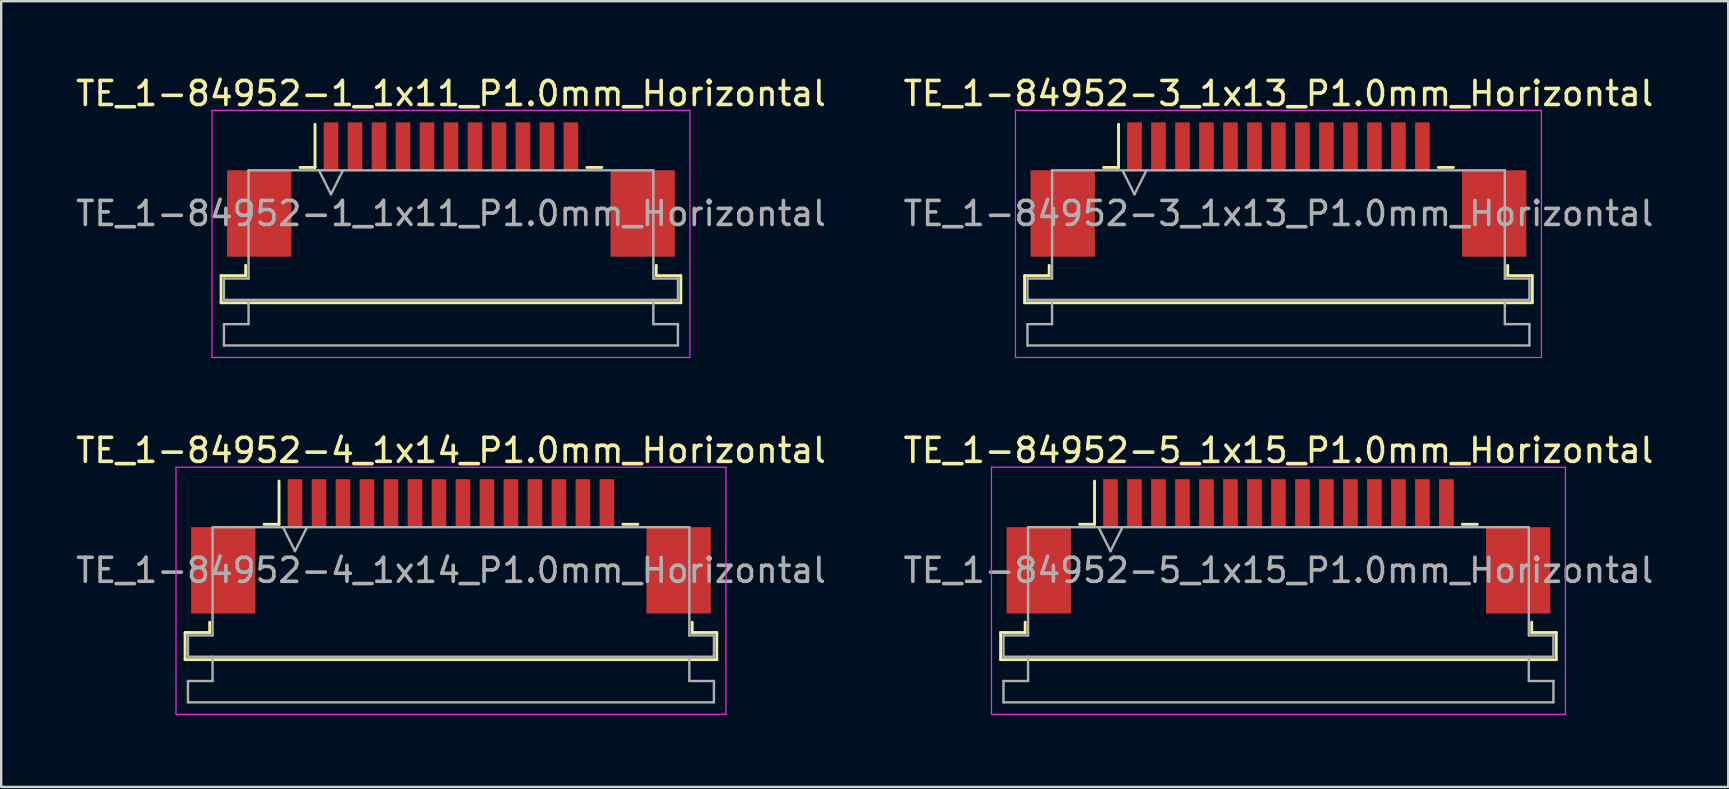
<source format=kicad_pcb>
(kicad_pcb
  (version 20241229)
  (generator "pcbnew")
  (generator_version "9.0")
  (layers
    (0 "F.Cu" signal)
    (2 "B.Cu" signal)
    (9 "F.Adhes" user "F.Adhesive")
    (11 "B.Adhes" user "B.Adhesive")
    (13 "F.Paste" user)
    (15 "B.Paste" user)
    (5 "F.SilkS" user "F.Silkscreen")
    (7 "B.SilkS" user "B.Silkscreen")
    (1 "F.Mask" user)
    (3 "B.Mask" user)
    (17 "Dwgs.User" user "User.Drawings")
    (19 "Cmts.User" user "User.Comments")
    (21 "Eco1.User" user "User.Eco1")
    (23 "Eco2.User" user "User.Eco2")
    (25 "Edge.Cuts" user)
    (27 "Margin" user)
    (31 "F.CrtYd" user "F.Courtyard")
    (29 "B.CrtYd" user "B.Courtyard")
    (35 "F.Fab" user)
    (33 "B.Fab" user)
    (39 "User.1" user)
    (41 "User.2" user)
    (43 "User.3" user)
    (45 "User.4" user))
  (footprint "TE_1-84952-3_1x13_P1.0mm_Horizontal"
    (layer "F.Cu")
    (at 50.232 4.848)
    (property "Reference" "TE_1-84952-3_1x13_P1.0mm_Horizontal" (at 0 -4 0) (layer "F.SilkS") (effects (font (size 1 1) (thickness 0.15))))
    (attr smd)
    (fp_line (start -10.58 3.59) (end -9.555 3.59) (stroke (width 0.12) (type solid)) (layer "F.SilkS"))
    (fp_line (start -10.58 4.72) (end -10.58 3.59) (stroke (width 0.12) (type solid)) (layer "F.SilkS"))
    (fp_line (start -9.555 3.59) (end -9.555 3.16) (stroke (width 0.12) (type solid)) (layer "F.SilkS"))
    (fp_line (start -7.29 -0.92) (end -6.665 -0.92) (stroke (width 0.12) (type solid)) (layer "F.SilkS"))
    (fp_line (start -6.665 -0.92) (end -6.665 -2.72) (stroke (width 0.12) (type solid)) (layer "F.SilkS"))
    (fp_line (start 6.665 -0.92) (end 7.29 -0.92) (stroke (width 0.12) (type solid)) (layer "F.SilkS"))
    (fp_line (start 9.555 3.16) (end 9.555 3.59) (stroke (width 0.12) (type solid)) (layer "F.SilkS"))
    (fp_line (start 9.555 3.59) (end 10.58 3.59) (stroke (width 0.12) (type solid)) (layer "F.SilkS"))
    (fp_line (start 10.58 3.59) (end 10.58 4.72) (stroke (width 0.12) (type solid)) (layer "F.SilkS"))
    (fp_line (start 10.58 4.72) (end -10.58 4.72) (stroke (width 0.12) (type solid)) (layer "F.SilkS"))
    (fp_line (start -10.96 -3.3) (end -10.96 7) (stroke (width 0.05) (type solid)) (layer "F.CrtYd"))
    (fp_line (start -10.96 7) (end 10.96 7) (stroke (width 0.05) (type solid)) (layer "F.CrtYd"))
    (fp_line (start 10.96 -3.3) (end -10.96 -3.3) (stroke (width 0.05) (type solid)) (layer "F.CrtYd"))
    (fp_line (start 10.96 7) (end 10.96 -3.3) (stroke (width 0.05) (type solid)) (layer "F.CrtYd"))
    (fp_line (start -10.46 3.71) (end -9.435 3.71) (stroke (width 0.1) (type solid)) (layer "F.Fab"))
    (fp_line (start -10.46 4.6) (end -10.46 3.71) (stroke (width 0.1) (type solid)) (layer "F.Fab"))
    (fp_line (start -10.46 5.61) (end -9.435 5.61) (stroke (width 0.1) (type solid)) (layer "F.Fab"))
    (fp_line (start -10.46 6.5) (end -10.46 5.61) (stroke (width 0.1) (type solid)) (layer "F.Fab"))
    (fp_line (start -9.435 -0.8) (end 9.435 -0.8) (stroke (width 0.1) (type solid)) (layer "F.Fab"))
    (fp_line (start -9.435 3.71) (end -9.435 -0.8) (stroke (width 0.1) (type solid)) (layer "F.Fab"))
    (fp_line (start -9.435 5.61) (end -9.435 4.6) (stroke (width 0.1) (type solid)) (layer "F.Fab"))
    (fp_line (start -6.5 -0.8) (end -6 0.2) (stroke (width 0.1) (type solid)) (layer "F.Fab"))
    (fp_line (start -6 0.2) (end -5.5 -0.8) (stroke (width 0.1) (type solid)) (layer "F.Fab"))
    (fp_line (start 9.435 -0.8) (end 9.435 3.71) (stroke (width 0.1) (type solid)) (layer "F.Fab"))
    (fp_line (start 9.435 3.71) (end 10.46 3.71) (stroke (width 0.1) (type solid)) (layer "F.Fab"))
    (fp_line (start 9.435 4.6) (end 9.435 5.61) (stroke (width 0.1) (type solid)) (layer "F.Fab"))
    (fp_line (start 9.435 5.61) (end 10.46 5.61) (stroke (width 0.1) (type solid)) (layer "F.Fab"))
    (fp_line (start 10.46 3.71) (end 10.46 4.6) (stroke (width 0.1) (type solid)) (layer "F.Fab"))
    (fp_line (start 10.46 4.6) (end -10.46 4.6) (stroke (width 0.1) (type solid)) (layer "F.Fab"))
    (fp_line (start 10.46 5.61) (end 10.46 6.5) (stroke (width 0.1) (type solid)) (layer "F.Fab"))
    (fp_line (start 10.46 6.5) (end -10.46 6.5) (stroke (width 0.1) (type solid)) (layer "F.Fab"))
    (fp_text user "${REFERENCE}" (at 0 1 0) (layer "F.Fab") (effects (font (size 1 1) (thickness 0.15))))
    (pad "" smd rect (at -8.99 1) (size 2.68 3.6) (layers "F.Cu" "F.Mask" "F.Paste"))
    (pad "" smd rect (at 8.99 1) (size 2.68 3.6) (layers "F.Cu" "F.Mask" "F.Paste"))
    (pad "1" smd rect (at -6 -1.8) (size 0.61 2) (layers "F.Cu" "F.Mask" "F.Paste"))
    (pad "2" smd rect (at -5 -1.8) (size 0.61 2) (layers "F.Cu" "F.Mask" "F.Paste"))
    (pad "3" smd rect (at -4 -1.8) (size 0.61 2) (layers "F.Cu" "F.Mask" "F.Paste"))
    (pad "4" smd rect (at -3 -1.8) (size 0.61 2) (layers "F.Cu" "F.Mask" "F.Paste"))
    (pad "5" smd rect (at -2 -1.8) (size 0.61 2) (layers "F.Cu" "F.Mask" "F.Paste"))
    (pad "6" smd rect (at -1 -1.8) (size 0.61 2) (layers "F.Cu" "F.Mask" "F.Paste"))
    (pad "7" smd rect (at 0 -1.8) (size 0.61 2) (layers "F.Cu" "F.Mask" "F.Paste"))
    (pad "8" smd rect (at 1 -1.8) (size 0.61 2) (layers "F.Cu" "F.Mask" "F.Paste"))
    (pad "9" smd rect (at 2 -1.8) (size 0.61 2) (layers "F.Cu" "F.Mask" "F.Paste"))
    (pad "10" smd rect (at 3 -1.8) (size 0.61 2) (layers "F.Cu" "F.Mask" "F.Paste"))
    (pad "11" smd rect (at 4 -1.8) (size 0.61 2) (layers "F.Cu" "F.Mask" "F.Paste"))
    (pad "12" smd rect (at 5 -1.8) (size 0.61 2) (layers "F.Cu" "F.Mask" "F.Paste"))
    (pad "13" smd rect (at 6 -1.8) (size 0.61 2) (layers "F.Cu" "F.Mask" "F.Paste")))
  (footprint "TE_1-84952-1_1x11_P1.0mm_Horizontal"
    (layer "F.Cu")
    (at 15.744 4.848)
    (property "Reference" "TE_1-84952-1_1x11_P1.0mm_Horizontal" (at 0 -4 0) (layer "F.SilkS") (effects (font (size 1 1) (thickness 0.15))))
    (attr smd)
    (fp_line (start -9.58 3.59) (end -8.555 3.59) (stroke (width 0.12) (type solid)) (layer "F.SilkS"))
    (fp_line (start -9.58 4.72) (end -9.58 3.59) (stroke (width 0.12) (type solid)) (layer "F.SilkS"))
    (fp_line (start -8.555 3.59) (end -8.555 3.16) (stroke (width 0.12) (type solid)) (layer "F.SilkS"))
    (fp_line (start -6.29 -0.92) (end -5.665 -0.92) (stroke (width 0.12) (type solid)) (layer "F.SilkS"))
    (fp_line (start -5.665 -0.92) (end -5.665 -2.72) (stroke (width 0.12) (type solid)) (layer "F.SilkS"))
    (fp_line (start 5.665 -0.92) (end 6.29 -0.92) (stroke (width 0.12) (type solid)) (layer "F.SilkS"))
    (fp_line (start 8.555 3.16) (end 8.555 3.59) (stroke (width 0.12) (type solid)) (layer "F.SilkS"))
    (fp_line (start 8.555 3.59) (end 9.58 3.59) (stroke (width 0.12) (type solid)) (layer "F.SilkS"))
    (fp_line (start 9.58 3.59) (end 9.58 4.72) (stroke (width 0.12) (type solid)) (layer "F.SilkS"))
    (fp_line (start 9.58 4.72) (end -9.58 4.72) (stroke (width 0.12) (type solid)) (layer "F.SilkS"))
    (fp_line (start -9.96 -3.3) (end -9.96 7) (stroke (width 0.05) (type solid)) (layer "F.CrtYd"))
    (fp_line (start -9.96 7) (end 9.96 7) (stroke (width 0.05) (type solid)) (layer "F.CrtYd"))
    (fp_line (start 9.96 -3.3) (end -9.96 -3.3) (stroke (width 0.05) (type solid)) (layer "F.CrtYd"))
    (fp_line (start 9.96 7) (end 9.96 -3.3) (stroke (width 0.05) (type solid)) (layer "F.CrtYd"))
    (fp_line (start -9.46 3.71) (end -8.435 3.71) (stroke (width 0.1) (type solid)) (layer "F.Fab"))
    (fp_line (start -9.46 4.6) (end -9.46 3.71) (stroke (width 0.1) (type solid)) (layer "F.Fab"))
    (fp_line (start -9.46 5.61) (end -8.435 5.61) (stroke (width 0.1) (type solid)) (layer "F.Fab"))
    (fp_line (start -9.46 6.5) (end -9.46 5.61) (stroke (width 0.1) (type solid)) (layer "F.Fab"))
    (fp_line (start -8.435 -0.8) (end 8.435 -0.8) (stroke (width 0.1) (type solid)) (layer "F.Fab"))
    (fp_line (start -8.435 3.71) (end -8.435 -0.8) (stroke (width 0.1) (type solid)) (layer "F.Fab"))
    (fp_line (start -8.435 5.61) (end -8.435 4.6) (stroke (width 0.1) (type solid)) (layer "F.Fab"))
    (fp_line (start -5.5 -0.8) (end -5 0.2) (stroke (width 0.1) (type solid)) (layer "F.Fab"))
    (fp_line (start -5 0.2) (end -4.5 -0.8) (stroke (width 0.1) (type solid)) (layer "F.Fab"))
    (fp_line (start 8.435 -0.8) (end 8.435 3.71) (stroke (width 0.1) (type solid)) (layer "F.Fab"))
    (fp_line (start 8.435 3.71) (end 9.46 3.71) (stroke (width 0.1) (type solid)) (layer "F.Fab"))
    (fp_line (start 8.435 4.6) (end 8.435 5.61) (stroke (width 0.1) (type solid)) (layer "F.Fab"))
    (fp_line (start 8.435 5.61) (end 9.46 5.61) (stroke (width 0.1) (type solid)) (layer "F.Fab"))
    (fp_line (start 9.46 3.71) (end 9.46 4.6) (stroke (width 0.1) (type solid)) (layer "F.Fab"))
    (fp_line (start 9.46 4.6) (end -9.46 4.6) (stroke (width 0.1) (type solid)) (layer "F.Fab"))
    (fp_line (start 9.46 5.61) (end 9.46 6.5) (stroke (width 0.1) (type solid)) (layer "F.Fab"))
    (fp_line (start 9.46 6.5) (end -9.46 6.5) (stroke (width 0.1) (type solid)) (layer "F.Fab"))
    (fp_text user "${REFERENCE}" (at 0 1 0) (layer "F.Fab") (effects (font (size 1 1) (thickness 0.15))))
    (pad "" smd rect (at -7.99 1) (size 2.68 3.6) (layers "F.Cu" "F.Mask" "F.Paste"))
    (pad "" smd rect (at 7.99 1) (size 2.68 3.6) (layers "F.Cu" "F.Mask" "F.Paste"))
    (pad "1" smd rect (at -5 -1.8) (size 0.61 2) (layers "F.Cu" "F.Mask" "F.Paste"))
    (pad "2" smd rect (at -4 -1.8) (size 0.61 2) (layers "F.Cu" "F.Mask" "F.Paste"))
    (pad "3" smd rect (at -3 -1.8) (size 0.61 2) (layers "F.Cu" "F.Mask" "F.Paste"))
    (pad "4" smd rect (at -2 -1.8) (size 0.61 2) (layers "F.Cu" "F.Mask" "F.Paste"))
    (pad "5" smd rect (at -1 -1.8) (size 0.61 2) (layers "F.Cu" "F.Mask" "F.Paste"))
    (pad "6" smd rect (at 0 -1.8) (size 0.61 2) (layers "F.Cu" "F.Mask" "F.Paste"))
    (pad "7" smd rect (at 1 -1.8) (size 0.61 2) (layers "F.Cu" "F.Mask" "F.Paste"))
    (pad "8" smd rect (at 2 -1.8) (size 0.61 2) (layers "F.Cu" "F.Mask" "F.Paste"))
    (pad "9" smd rect (at 3 -1.8) (size 0.61 2) (layers "F.Cu" "F.Mask" "F.Paste"))
    (pad "10" smd rect (at 4 -1.8) (size 0.61 2) (layers "F.Cu" "F.Mask" "F.Paste"))
    (pad "11" smd rect (at 5 -1.8) (size 0.61 2) (layers "F.Cu" "F.Mask" "F.Paste")))
  (footprint "TE_1-84952-4_1x14_P1.0mm_Horizontal"
    (layer "F.Cu")
    (at 15.744 19.721)
    (property "Reference" "TE_1-84952-4_1x14_P1.0mm_Horizontal" (at 0 -4 0) (layer "F.SilkS") (effects (font (size 1 1) (thickness 0.15))))
    (attr smd)
    (fp_line (start -11.08 3.59) (end -10.055 3.59) (stroke (width 0.12) (type solid)) (layer "F.SilkS"))
    (fp_line (start -11.08 4.72) (end -11.08 3.59) (stroke (width 0.12) (type solid)) (layer "F.SilkS"))
    (fp_line (start -10.055 3.59) (end -10.055 3.16) (stroke (width 0.12) (type solid)) (layer "F.SilkS"))
    (fp_line (start -7.79 -0.92) (end -7.165 -0.92) (stroke (width 0.12) (type solid)) (layer "F.SilkS"))
    (fp_line (start -7.165 -0.92) (end -7.165 -2.72) (stroke (width 0.12) (type solid)) (layer "F.SilkS"))
    (fp_line (start 7.165 -0.92) (end 7.79 -0.92) (stroke (width 0.12) (type solid)) (layer "F.SilkS"))
    (fp_line (start 10.055 3.16) (end 10.055 3.59) (stroke (width 0.12) (type solid)) (layer "F.SilkS"))
    (fp_line (start 10.055 3.59) (end 11.08 3.59) (stroke (width 0.12) (type solid)) (layer "F.SilkS"))
    (fp_line (start 11.08 3.59) (end 11.08 4.72) (stroke (width 0.12) (type solid)) (layer "F.SilkS"))
    (fp_line (start 11.08 4.72) (end -11.08 4.72) (stroke (width 0.12) (type solid)) (layer "F.SilkS"))
    (fp_line (start -11.46 -3.3) (end -11.46 7) (stroke (width 0.05) (type solid)) (layer "F.CrtYd"))
    (fp_line (start -11.46 7) (end 11.46 7) (stroke (width 0.05) (type solid)) (layer "F.CrtYd"))
    (fp_line (start 11.46 -3.3) (end -11.46 -3.3) (stroke (width 0.05) (type solid)) (layer "F.CrtYd"))
    (fp_line (start 11.46 7) (end 11.46 -3.3) (stroke (width 0.05) (type solid)) (layer "F.CrtYd"))
    (fp_line (start -10.96 3.71) (end -9.935 3.71) (stroke (width 0.1) (type solid)) (layer "F.Fab"))
    (fp_line (start -10.96 4.6) (end -10.96 3.71) (stroke (width 0.1) (type solid)) (layer "F.Fab"))
    (fp_line (start -10.96 5.61) (end -9.935 5.61) (stroke (width 0.1) (type solid)) (layer "F.Fab"))
    (fp_line (start -10.96 6.5) (end -10.96 5.61) (stroke (width 0.1) (type solid)) (layer "F.Fab"))
    (fp_line (start -9.935 -0.8) (end 9.935 -0.8) (stroke (width 0.1) (type solid)) (layer "F.Fab"))
    (fp_line (start -9.935 3.71) (end -9.935 -0.8) (stroke (width 0.1) (type solid)) (layer "F.Fab"))
    (fp_line (start -9.935 5.61) (end -9.935 4.6) (stroke (width 0.1) (type solid)) (layer "F.Fab"))
    (fp_line (start -7 -0.8) (end -6.5 0.2) (stroke (width 0.1) (type solid)) (layer "F.Fab"))
    (fp_line (start -6.5 0.2) (end -6 -0.8) (stroke (width 0.1) (type solid)) (layer "F.Fab"))
    (fp_line (start 9.935 -0.8) (end 9.935 3.71) (stroke (width 0.1) (type solid)) (layer "F.Fab"))
    (fp_line (start 9.935 3.71) (end 10.96 3.71) (stroke (width 0.1) (type solid)) (layer "F.Fab"))
    (fp_line (start 9.935 4.6) (end 9.935 5.61) (stroke (width 0.1) (type solid)) (layer "F.Fab"))
    (fp_line (start 9.935 5.61) (end 10.96 5.61) (stroke (width 0.1) (type solid)) (layer "F.Fab"))
    (fp_line (start 10.96 3.71) (end 10.96 4.6) (stroke (width 0.1) (type solid)) (layer "F.Fab"))
    (fp_line (start 10.96 4.6) (end -10.96 4.6) (stroke (width 0.1) (type solid)) (layer "F.Fab"))
    (fp_line (start 10.96 5.61) (end 10.96 6.5) (stroke (width 0.1) (type solid)) (layer "F.Fab"))
    (fp_line (start 10.96 6.5) (end -10.96 6.5) (stroke (width 0.1) (type solid)) (layer "F.Fab"))
    (fp_text user "${REFERENCE}" (at 0 1 0) (layer "F.Fab") (effects (font (size 1 1) (thickness 0.15))))
    (pad "" smd rect (at -9.49 1) (size 2.68 3.6) (layers "F.Cu" "F.Mask" "F.Paste"))
    (pad "" smd rect (at 9.49 1) (size 2.68 3.6) (layers "F.Cu" "F.Mask" "F.Paste"))
    (pad "1" smd rect (at -6.5 -1.8) (size 0.61 2) (layers "F.Cu" "F.Mask" "F.Paste"))
    (pad "2" smd rect (at -5.5 -1.8) (size 0.61 2) (layers "F.Cu" "F.Mask" "F.Paste"))
    (pad "3" smd rect (at -4.5 -1.8) (size 0.61 2) (layers "F.Cu" "F.Mask" "F.Paste"))
    (pad "4" smd rect (at -3.5 -1.8) (size 0.61 2) (layers "F.Cu" "F.Mask" "F.Paste"))
    (pad "5" smd rect (at -2.5 -1.8) (size 0.61 2) (layers "F.Cu" "F.Mask" "F.Paste"))
    (pad "6" smd rect (at -1.5 -1.8) (size 0.61 2) (layers "F.Cu" "F.Mask" "F.Paste"))
    (pad "7" smd rect (at -0.5 -1.8) (size 0.61 2) (layers "F.Cu" "F.Mask" "F.Paste"))
    (pad "8" smd rect (at 0.5 -1.8) (size 0.61 2) (layers "F.Cu" "F.Mask" "F.Paste"))
    (pad "9" smd rect (at 1.5 -1.8) (size 0.61 2) (layers "F.Cu" "F.Mask" "F.Paste"))
    (pad "10" smd rect (at 2.5 -1.8) (size 0.61 2) (layers "F.Cu" "F.Mask" "F.Paste"))
    (pad "11" smd rect (at 3.5 -1.8) (size 0.61 2) (layers "F.Cu" "F.Mask" "F.Paste"))
    (pad "12" smd rect (at 4.5 -1.8) (size 0.61 2) (layers "F.Cu" "F.Mask" "F.Paste"))
    (pad "13" smd rect (at 5.5 -1.8) (size 0.61 2) (layers "F.Cu" "F.Mask" "F.Paste"))
    (pad "14" smd rect (at 6.5 -1.8) (size 0.61 2) (layers "F.Cu" "F.Mask" "F.Paste")))
  (footprint "TE_1-84952-5_1x15_P1.0mm_Horizontal"
    (layer "F.Cu")
    (at 50.232 19.721)
    (property "Reference" "TE_1-84952-5_1x15_P1.0mm_Horizontal" (at 0 -4 0) (layer "F.SilkS") (effects (font (size 1 1) (thickness 0.15))))
    (attr smd)
    (fp_line (start -11.58 3.59) (end -10.555 3.59) (stroke (width 0.12) (type solid)) (layer "F.SilkS"))
    (fp_line (start -11.58 4.72) (end -11.58 3.59) (stroke (width 0.12) (type solid)) (layer "F.SilkS"))
    (fp_line (start -10.555 3.59) (end -10.555 3.16) (stroke (width 0.12) (type solid)) (layer "F.SilkS"))
    (fp_line (start -8.29 -0.92) (end -7.665 -0.92) (stroke (width 0.12) (type solid)) (layer "F.SilkS"))
    (fp_line (start -7.665 -0.92) (end -7.665 -2.72) (stroke (width 0.12) (type solid)) (layer "F.SilkS"))
    (fp_line (start 7.665 -0.92) (end 8.29 -0.92) (stroke (width 0.12) (type solid)) (layer "F.SilkS"))
    (fp_line (start 10.555 3.16) (end 10.555 3.59) (stroke (width 0.12) (type solid)) (layer "F.SilkS"))
    (fp_line (start 10.555 3.59) (end 11.58 3.59) (stroke (width 0.12) (type solid)) (layer "F.SilkS"))
    (fp_line (start 11.58 3.59) (end 11.58 4.72) (stroke (width 0.12) (type solid)) (layer "F.SilkS"))
    (fp_line (start 11.58 4.72) (end -11.58 4.72) (stroke (width 0.12) (type solid)) (layer "F.SilkS"))
    (fp_line (start -11.96 -3.3) (end -11.96 7) (stroke (width 0.05) (type solid)) (layer "F.CrtYd"))
    (fp_line (start -11.96 7) (end 11.96 7) (stroke (width 0.05) (type solid)) (layer "F.CrtYd"))
    (fp_line (start 11.96 -3.3) (end -11.96 -3.3) (stroke (width 0.05) (type solid)) (layer "F.CrtYd"))
    (fp_line (start 11.96 7) (end 11.96 -3.3) (stroke (width 0.05) (type solid)) (layer "F.CrtYd"))
    (fp_line (start -11.46 3.71) (end -10.435 3.71) (stroke (width 0.1) (type solid)) (layer "F.Fab"))
    (fp_line (start -11.46 4.6) (end -11.46 3.71) (stroke (width 0.1) (type solid)) (layer "F.Fab"))
    (fp_line (start -11.46 5.61) (end -10.435 5.61) (stroke (width 0.1) (type solid)) (layer "F.Fab"))
    (fp_line (start -11.46 6.5) (end -11.46 5.61) (stroke (width 0.1) (type solid)) (layer "F.Fab"))
    (fp_line (start -10.435 -0.8) (end 10.435 -0.8) (stroke (width 0.1) (type solid)) (layer "F.Fab"))
    (fp_line (start -10.435 3.71) (end -10.435 -0.8) (stroke (width 0.1) (type solid)) (layer "F.Fab"))
    (fp_line (start -10.435 5.61) (end -10.435 4.6) (stroke (width 0.1) (type solid)) (layer "F.Fab"))
    (fp_line (start -7.5 -0.8) (end -7 0.2) (stroke (width 0.1) (type solid)) (layer "F.Fab"))
    (fp_line (start -7 0.2) (end -6.5 -0.8) (stroke (width 0.1) (type solid)) (layer "F.Fab"))
    (fp_line (start 10.435 -0.8) (end 10.435 3.71) (stroke (width 0.1) (type solid)) (layer "F.Fab"))
    (fp_line (start 10.435 3.71) (end 11.46 3.71) (stroke (width 0.1) (type solid)) (layer "F.Fab"))
    (fp_line (start 10.435 4.6) (end 10.435 5.61) (stroke (width 0.1) (type solid)) (layer "F.Fab"))
    (fp_line (start 10.435 5.61) (end 11.46 5.61) (stroke (width 0.1) (type solid)) (layer "F.Fab"))
    (fp_line (start 11.46 3.71) (end 11.46 4.6) (stroke (width 0.1) (type solid)) (layer "F.Fab"))
    (fp_line (start 11.46 4.6) (end -11.46 4.6) (stroke (width 0.1) (type solid)) (layer "F.Fab"))
    (fp_line (start 11.46 5.61) (end 11.46 6.5) (stroke (width 0.1) (type solid)) (layer "F.Fab"))
    (fp_line (start 11.46 6.5) (end -11.46 6.5) (stroke (width 0.1) (type solid)) (layer "F.Fab"))
    (fp_text user "${REFERENCE}" (at 0 1 0) (layer "F.Fab") (effects (font (size 1 1) (thickness 0.15))))
    (pad "" smd rect (at -9.99 1) (size 2.68 3.6) (layers "F.Cu" "F.Mask" "F.Paste"))
    (pad "" smd rect (at 9.99 1) (size 2.68 3.6) (layers "F.Cu" "F.Mask" "F.Paste"))
    (pad "1" smd rect (at -7 -1.8) (size 0.61 2) (layers "F.Cu" "F.Mask" "F.Paste"))
    (pad "2" smd rect (at -6 -1.8) (size 0.61 2) (layers "F.Cu" "F.Mask" "F.Paste"))
    (pad "3" smd rect (at -5 -1.8) (size 0.61 2) (layers "F.Cu" "F.Mask" "F.Paste"))
    (pad "4" smd rect (at -4 -1.8) (size 0.61 2) (layers "F.Cu" "F.Mask" "F.Paste"))
    (pad "5" smd rect (at -3 -1.8) (size 0.61 2) (layers "F.Cu" "F.Mask" "F.Paste"))
    (pad "6" smd rect (at -2 -1.8) (size 0.61 2) (layers "F.Cu" "F.Mask" "F.Paste"))
    (pad "7" smd rect (at -1 -1.8) (size 0.61 2) (layers "F.Cu" "F.Mask" "F.Paste"))
    (pad "8" smd rect (at 0 -1.8) (size 0.61 2) (layers "F.Cu" "F.Mask" "F.Paste"))
    (pad "9" smd rect (at 1 -1.8) (size 0.61 2) (layers "F.Cu" "F.Mask" "F.Paste"))
    (pad "10" smd rect (at 2 -1.8) (size 0.61 2) (layers "F.Cu" "F.Mask" "F.Paste"))
    (pad "11" smd rect (at 3 -1.8) (size 0.61 2) (layers "F.Cu" "F.Mask" "F.Paste"))
    (pad "12" smd rect (at 4 -1.8) (size 0.61 2) (layers "F.Cu" "F.Mask" "F.Paste"))
    (pad "13" smd rect (at 5 -1.8) (size 0.61 2) (layers "F.Cu" "F.Mask" "F.Paste"))
    (pad "14" smd rect (at 6 -1.8) (size 0.61 2) (layers "F.Cu" "F.Mask" "F.Paste"))
    (pad "15" smd rect (at 7 -1.8) (size 0.61 2) (layers "F.Cu" "F.Mask" "F.Paste")))
  (gr_rect
    (start -3 -3)
    (end 68.976 29.747)
    (stroke (width 0.1) (type default))
    (fill no)
    (layer "Edge.Cuts")))
</source>
